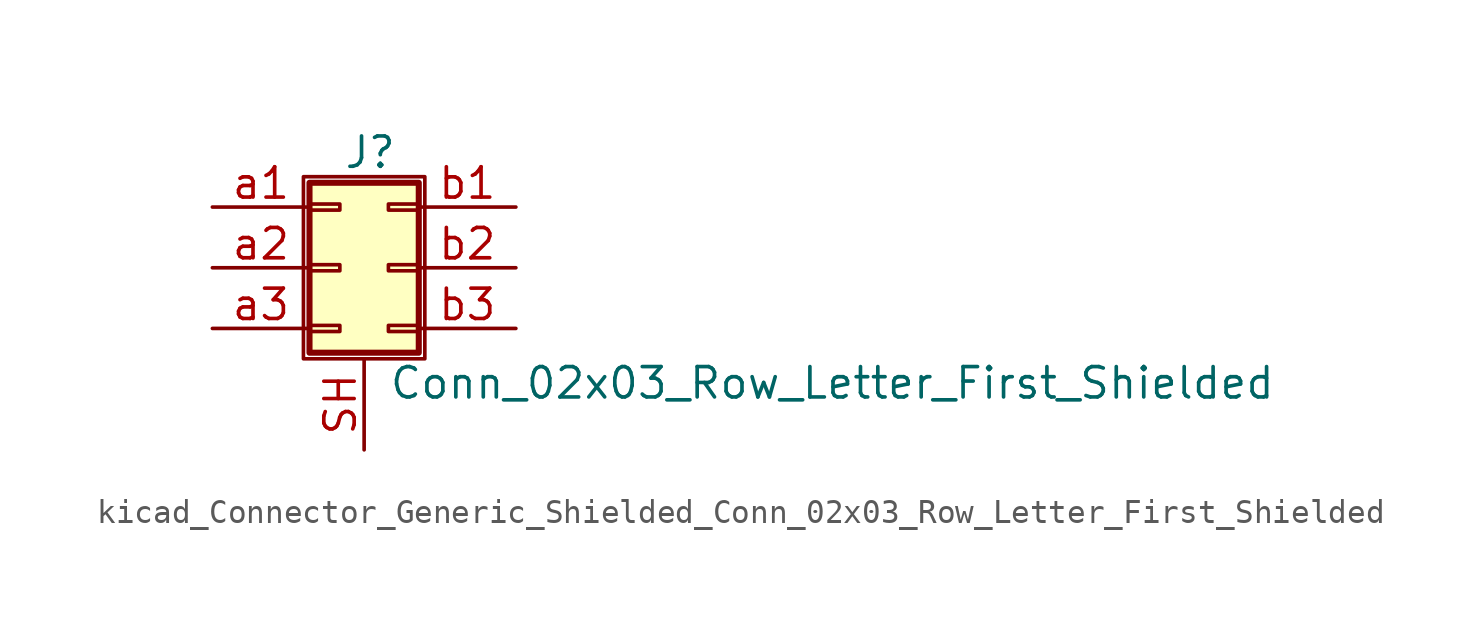
<source format=kicad_sym>
(kicad_symbol_lib
  (version 20220914)
  (generator kicad_symbol_editor)
  (symbol "kicad_Connector_Generic_Shielded_Conn_02x03_Row_Letter_First_Shielded"
    (pin_names
      (offset 1.016) hide)
    (property "Reference" "J"
      (at 1.524 4.826 0)
      (effects (font (size 1.27 1.27))))
    (property "Value" "Conn_02x03_Row_Letter_First_Shielded"
      (at 2.286 -4.826 0)
      (effects (font (size 1.27 1.27)) (justify left)))
    (symbol "kicad_Connector_Generic_Shielded_Conn_02x03_Row_Letter_First_Shielded_1_1"
      (rectangle (start -1.27 3.81) (end 3.81 -3.81) (stroke (width 0.152) (type default)) (fill (type none)))
      (rectangle (start -1.016 -2.413) (end 0.254 -2.667) (stroke (width 0.152) (type default)) (fill (type none)))
      (rectangle (start -1.016 0.127) (end 0.254 -0.127) (stroke (width 0.152) (type default)) (fill (type none)))
      (rectangle (start -1.016 2.667) (end 0.254 2.413) (stroke (width 0.152) (type default)) (fill (type none)))
      (rectangle (start -1.016 3.556) (end 3.556 -3.556) (stroke (width 0.254) (type default)) (fill (type background)))
      (rectangle (start 3.556 -2.413) (end 2.286 -2.667) (stroke (width 0.152) (type default)) (fill (type none)))
      (rectangle (start 3.556 0.127) (end 2.286 -0.127) (stroke (width 0.152) (type default)) (fill (type none)))
      (rectangle (start 3.556 2.667) (end 2.286 2.413) (stroke (width 0.152) (type default)) (fill (type none)))
      (pin passive line (at 1.27 -7.62 90) (length 3.81) (name "Shield" (effects (font (size 1.27 1.27)))) (number "SH" (effects (font (size 1.27 1.27)))))
      (pin passive line (at -5.08 2.54 0) (length 4.064) (name "Pin_a1" (effects (font (size 1.27 1.27)))) (number "a1" (effects (font (size 1.27 1.27)))))
      (pin passive line (at -5.08 0 0) (length 4.064) (name "Pin_a2" (effects (font (size 1.27 1.27)))) (number "a2" (effects (font (size 1.27 1.27)))))
      (pin passive line (at -5.08 -2.54 0) (length 4.064) (name "Pin_a3" (effects (font (size 1.27 1.27)))) (number "a3" (effects (font (size 1.27 1.27)))))
      (pin passive line (at 7.62 2.54 180) (length 4.064) (name "Pin_b1" (effects (font (size 1.27 1.27)))) (number "b1" (effects (font (size 1.27 1.27)))))
      (pin passive line (at 7.62 0 180) (length 4.064) (name "Pin_b2" (effects (font (size 1.27 1.27)))) (number "b2" (effects (font (size 1.27 1.27)))))
      (pin passive line (at 7.62 -2.54 180) (length 4.064) (name "Pin_b3" (effects (font (size 1.27 1.27)))) (number "b3" (effects (font (size 1.27 1.27))))))))
</source>
